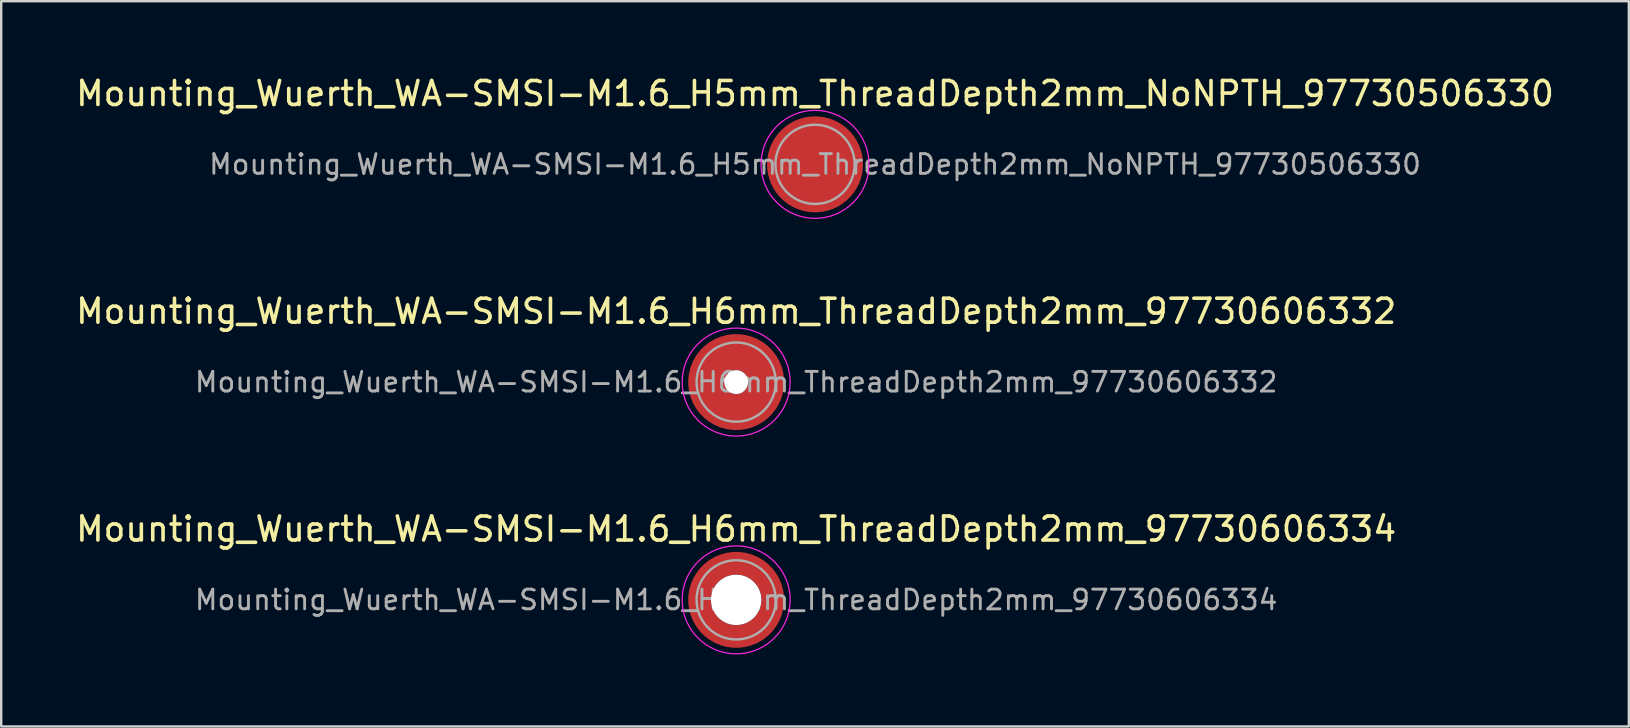
<source format=kicad_pcb>
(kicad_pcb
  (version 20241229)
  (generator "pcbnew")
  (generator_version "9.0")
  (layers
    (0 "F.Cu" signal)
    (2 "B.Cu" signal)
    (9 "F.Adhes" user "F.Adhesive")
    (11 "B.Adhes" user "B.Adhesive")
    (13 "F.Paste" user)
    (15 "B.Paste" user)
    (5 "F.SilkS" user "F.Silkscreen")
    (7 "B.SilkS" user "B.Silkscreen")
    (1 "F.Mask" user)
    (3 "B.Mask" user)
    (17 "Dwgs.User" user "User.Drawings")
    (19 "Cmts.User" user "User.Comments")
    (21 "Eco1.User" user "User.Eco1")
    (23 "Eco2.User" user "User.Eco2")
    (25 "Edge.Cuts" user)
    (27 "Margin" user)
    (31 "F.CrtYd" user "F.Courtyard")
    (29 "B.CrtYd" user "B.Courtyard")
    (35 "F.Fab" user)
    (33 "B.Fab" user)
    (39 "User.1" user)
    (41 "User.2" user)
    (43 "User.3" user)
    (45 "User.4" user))
  (footprint "Mounting_Wuerth_WA-SMSI-M1.6_H5mm_ThreadDepth2mm_NoNPTH_97730506330"
    (layer "F.Cu")
    (at 30.911 3.798)
    (property "Reference" "Mounting_Wuerth_WA-SMSI-M1.6_H5mm_ThreadDepth2mm_NoNPTH_97730506330" (at 0 -2.95 0) (layer "F.SilkS") (effects (font (size 1 1) (thickness 0.15))))
    (attr smd)
    (fp_circle (center 0 0) (end 2.25 0) (stroke (width 0.05) (type solid)) (fill no) (layer "F.CrtYd"))
    (fp_circle (center 0 0) (end 1.65 0) (stroke (width 0.1) (type solid)) (fill no) (layer "F.Fab"))
    (fp_text user "${REFERENCE}" (at 0 0 0) (layer "F.Fab") (effects (font (size 0.82 0.82) (thickness 0.12))))
    (pad "" smd custom (at -0.778 -0.778) (size 1.2 1.2) (layers "F.Paste") (options (anchor circle)) (primitives (gr_arc (start 0.465568 0.527817) (mid 0.494892 0.495068) (end 0.527634 0.465735) (width 0.2)) (gr_arc (start 0.344805 0.527817) (mid 0.424264 0.424263) (end 0.527818 0.344805) (width 0.2)) (gr_arc (start 0.232382 0.527817) (mid 0.353364 0.353743) (end 0.527329 0.232606) (width 0.2)) (gr_arc (start 0.123983 0.527817) (mid 0.282626 0.28306) (end 0.527243 0.124203) (width 0.2)) (gr_arc (start 0.017883 0.527817) (mid 0.211737 0.212528) (end 0.526755 0.018233) (width 0.2)) (gr_arc (start -0.086763 0.527817) (mid 0.141173 0.14167) (end 0.527142 -0.086568) (width 0.2)) (gr_arc (start -0.190428 0.527817) (mid 0.070433 0.070988) (end 0.527057 -0.190232) (width 0.2)) (gr_arc (start -0.293397 0.527817) (mid -0.000182 0.000182) (end 0.527315 -0.29328) (width 0.2)) (gr_arc (start -0.395852 0.527817) (mid -0.071085 -0.070336) (end 0.526781 -0.395631) (width 0.2)) (gr_arc (start -0.497918 0.527817) (mid -0.141622 -0.141221) (end 0.52726 -0.497809) (width 0.2)) (gr_arc (start -0.59968 0.527817) (mid -0.212364 -0.2119) (end 0.527171 -0.599563) (width 0.2)) (gr_arc (start -0.701202 0.527817) (mid -0.282952 -0.282732) (end 0.527511 -0.701149) (width 0.2)) (gr_arc (start -0.802531 0.527817) (mid -0.353765 -0.353343) (end 0.527227 -0.802438) (width 0.2)) (gr_arc (start -0.9037 0.527817) (mid -0.425176 -0.423352) (end 0.525265 -0.903319) (width 0.2)) (gr_arc (start -1.004737 0.527817) (mid -0.49534 -0.49461) (end 0.526794 -1.004593) (width 0.2)) (gr_line (start 0.528 0.466) (end 0.528 -1.005) (width 0.2)) (gr_line (start 0.466 0.528) (end -1.005 0.528) (width 0.2))))
    (pad "" smd custom (at -0.778 0.778) (size 1.2 1.2) (layers "F.Paste") (options (anchor circle)) (primitives (gr_arc (start 0.527817 -0.465568) (mid 0.495068 -0.494892) (end 0.465735 -0.527634) (width 0.2)) (gr_arc (start 0.527817 -0.344805) (mid 0.424263 -0.424264) (end 0.344805 -0.527818) (width 0.2)) (gr_arc (start 0.527817 -0.232382) (mid 0.353743 -0.353364) (end 0.232606 -0.527329) (width 0.2)) (gr_arc (start 0.527817 -0.123983) (mid 0.28306 -0.282626) (end 0.124203 -0.527243) (width 0.2)) (gr_arc (start 0.527817 -0.017883) (mid 0.212528 -0.211737) (end 0.018233 -0.526755) (width 0.2)) (gr_arc (start 0.527817 0.086763) (mid 0.14167 -0.141173) (end -0.086568 -0.527142) (width 0.2)) (gr_arc (start 0.527817 0.190428) (mid 0.070988 -0.070433) (end -0.190232 -0.527057) (width 0.2)) (gr_arc (start 0.527817 0.293397) (mid 0.000182 0.000182) (end -0.29328 -0.527315) (width 0.2)) (gr_arc (start 0.527817 0.395852) (mid -0.070336 0.071085) (end -0.395631 -0.526781) (width 0.2)) (gr_arc (start 0.527817 0.497918) (mid -0.141221 0.141622) (end -0.497809 -0.52726) (width 0.2)) (gr_arc (start 0.527817 0.59968) (mid -0.2119 0.212364) (end -0.599563 -0.527171) (width 0.2)) (gr_arc (start 0.527817 0.701202) (mid -0.282732 0.282952) (end -0.701149 -0.527511) (width 0.2)) (gr_arc (start 0.527817 0.802531) (mid -0.353343 0.353765) (end -0.802438 -0.527227) (width 0.2)) (gr_arc (start 0.527817 0.9037) (mid -0.423352 0.425176) (end -0.903319 -0.525265) (width 0.2)) (gr_arc (start 0.527817 1.004737) (mid -0.49461 0.49534) (end -1.004593 -0.526794) (width 0.2)) (gr_line (start 0.466 -0.528) (end -1.005 -0.528) (width 0.2)) (gr_line (start 0.528 -0.466) (end 0.528 1.005) (width 0.2))))
    (pad "" smd custom (at 0.778 -0.778) (size 1.2 1.2) (layers "F.Paste") (options (anchor circle)) (primitives (gr_arc (start -0.527817 0.465568) (mid -0.495062 0.494887) (end -0.465723 0.527624) (width 0.2)) (gr_arc (start -0.527817 0.344805) (mid -0.424264 0.424264) (end -0.344805 0.527818) (width 0.2)) (gr_arc (start -0.527817 0.232382) (mid -0.353743 0.353364) (end -0.232606 0.527329) (width 0.2)) (gr_arc (start -0.527817 0.123983) (mid -0.28306 0.282626) (end -0.124203 0.527243) (width 0.2)) (gr_arc (start -0.527817 0.017883) (mid -0.212527 0.211737) (end -0.018233 0.526755) (width 0.2)) (gr_arc (start -0.527817 -0.086763) (mid -0.14167 0.141173) (end 0.086568 0.527142) (width 0.2)) (gr_arc (start -0.527817 -0.190428) (mid -0.070988 0.070433) (end 0.190232 0.527057) (width 0.2)) (gr_arc (start -0.527817 -0.293397) (mid -0.000182 -0.000182) (end 0.29328 0.527315) (width 0.2)) (gr_arc (start -0.527817 -0.395852) (mid 0.070336 -0.071085) (end 0.395631 0.526781) (width 0.2)) (gr_arc (start -0.527817 -0.497918) (mid 0.141221 -0.141622) (end 0.497809 0.52726) (width 0.2)) (gr_arc (start -0.527817 -0.59968) (mid 0.2119 -0.212364) (end 0.599563 0.527171) (width 0.2)) (gr_arc (start -0.527817 -0.701202) (mid 0.282732 -0.282952) (end 0.701149 0.527511) (width 0.2)) (gr_arc (start -0.527817 -0.802531) (mid 0.353343 -0.353765) (end 0.802438 0.527227) (width 0.2)) (gr_arc (start -0.527817 -0.9037) (mid 0.423352 -0.425176) (end 0.903319 0.525265) (width 0.2)) (gr_arc (start -0.527817 -1.004737) (mid 0.49461 -0.49534) (end 1.004593 0.526794) (width 0.2)) (gr_line (start -0.466 0.528) (end 1.005 0.528) (width 0.2)) (gr_line (start -0.528 0.466) (end -0.528 -1.005) (width 0.2))))
    (pad "" smd custom (at 0.778 0.778) (size 1.2 1.2) (layers "F.Paste") (options (anchor circle)) (primitives (gr_arc (start -0.465568 -0.527817) (mid -0.494887 -0.495062) (end -0.527624 -0.465723) (width 0.2)) (gr_arc (start -0.344805 -0.527817) (mid -0.424264 -0.424264) (end -0.527818 -0.344805) (width 0.2)) (gr_arc (start -0.232382 -0.527817) (mid -0.353364 -0.353743) (end -0.527329 -0.232606) (width 0.2)) (gr_arc (start -0.123983 -0.527817) (mid -0.282626 -0.28306) (end -0.527243 -0.124203) (width 0.2)) (gr_arc (start -0.017883 -0.527817) (mid -0.211737 -0.212527) (end -0.526755 -0.018233) (width 0.2)) (gr_arc (start 0.086763 -0.527817) (mid -0.141173 -0.14167) (end -0.527142 0.086568) (width 0.2)) (gr_arc (start 0.190428 -0.527817) (mid -0.070433 -0.070988) (end -0.527057 0.190232) (width 0.2)) (gr_arc (start 0.293397 -0.527817) (mid 0.000182 -0.000182) (end -0.527315 0.29328) (width 0.2)) (gr_arc (start 0.395852 -0.527817) (mid 0.071085 0.070336) (end -0.526781 0.395631) (width 0.2)) (gr_arc (start 0.497918 -0.527817) (mid 0.141622 0.141221) (end -0.52726 0.497809) (width 0.2)) (gr_arc (start 0.59968 -0.527817) (mid 0.212364 0.2119) (end -0.527171 0.599563) (width 0.2)) (gr_arc (start 0.701202 -0.527817) (mid 0.282952 0.282732) (end -0.527511 0.701149) (width 0.2)) (gr_arc (start 0.802531 -0.527817) (mid 0.353765 0.353343) (end -0.527227 0.802438) (width 0.2)) (gr_arc (start 0.9037 -0.527817) (mid 0.425176 0.423352) (end -0.525265 0.903319) (width 0.2)) (gr_arc (start 1.004737 -0.527817) (mid 0.49534 0.49461) (end -0.526794 1.004593) (width 0.2)) (gr_line (start -0.528 -0.466) (end -0.528 1.005) (width 0.2)) (gr_line (start -0.466 -0.528) (end 1.005 -0.528) (width 0.2))))
    (pad "1" smd circle (at 0 0) (size 4 4) (layers "F.Cu" "F.Mask")))
  (footprint "Mounting_Wuerth_WA-SMSI-M1.6_H6mm_ThreadDepth2mm_97730606332"
    (layer "F.Cu")
    (at 27.625 12.871)
    (property "Reference" "Mounting_Wuerth_WA-SMSI-M1.6_H6mm_ThreadDepth2mm_97730606332" (at 0 -2.95 0) (layer "F.SilkS") (effects (font (size 1 1) (thickness 0.15))))
    (attr smd)
    (fp_circle (center 0 0) (end 2.25 0) (stroke (width 0.05) (type solid)) (fill no) (layer "F.CrtYd"))
    (fp_circle (center 0 0) (end 1.65 0) (stroke (width 0.1) (type solid)) (fill no) (layer "F.Fab"))
    (fp_text user "${REFERENCE}" (at 0 0 0) (layer "F.Fab") (effects (font (size 0.82 0.82) (thickness 0.12))))
    (pad "" smd custom (at 0 -1.25) (size 0.9 0.9) (layers "F.Paste") (options (anchor circle)) (primitives (gr_arc (start -0.259808 0.6) (mid -0.00045 0.55) (end 0.258972 0.599667) (width 0.2)) (gr_arc (start -0.466369 0.6) (mid -0.000127 0.45) (end 0.466163 0.599852) (width 0.2)) (gr_arc (start -0.622495 0.6) (mid -0.000185 0.35) (end 0.622228 0.599745) (width 0.2)) (gr_arc (start -0.759934 0.6) (mid -0.000146 0.25) (end 0.759744 0.599777) (width 0.2)) (gr_arc (start -0.887412 0.6) (mid -0.000546 0.15) (end 0.886766 0.599119) (width 0.2)) (gr_arc (start -1.008712 0.6) (mid -0.000059 0.05) (end 1.008648 0.5999) (width 0.2)) (gr_arc (start -1.125833 0.6) (mid -0.001134 -0.049999) (end 1.124697 0.598036) (width 0.2)) (gr_arc (start -1.23996 0.6) (mid -0.00088 -0.15) (end 1.239142 0.598442) (width 0.2)) (gr_arc (start -1.351851 0.6) (mid -0.000542 -0.25) (end 1.351381 0.599023) (width 0.2)) (gr_arc (start -1.462019 0.6) (mid -0.000852 -0.35) (end 1.461326 0.598443) (width 0.2)) (gr_arc (start -1.570828 0.6) (mid -0.000608 -0.45) (end 1.570363 0.598876) (width 0.2)) (gr_arc (start -1.678541 0.6) (mid -0.000991 -0.55) (end 1.677824 0.598152) (width 0.2)) (gr_line (start 0.26 0.6) (end 1.679 0.6) (width 0.2)) (gr_line (start -0.26 0.6) (end -1.679 0.6) (width 0.2))))
    (pad "" np_thru_hole circle (at 0 0) (size 1 1) (drill 1) (layers "*.Cu" "*.Mask"))
    (pad "" smd custom (at 0 1.25) (size 0.9 0.9) (layers "F.Paste") (options (anchor circle)) (primitives (gr_arc (start 0.259808 -0.6) (mid 0.00045 -0.55) (end -0.258972 -0.599667) (width 0.2)) (gr_arc (start 0.466369 -0.6) (mid 0.000127 -0.45) (end -0.466163 -0.599852) (width 0.2)) (gr_arc (start 0.622495 -0.6) (mid 0.000185 -0.35) (end -0.622228 -0.599745) (width 0.2)) (gr_arc (start 0.759934 -0.6) (mid 0.000146 -0.25) (end -0.759744 -0.599777) (width 0.2)) (gr_arc (start 0.887412 -0.6) (mid 0.000546 -0.15) (end -0.886766 -0.599119) (width 0.2)) (gr_arc (start 1.008712 -0.6) (mid 0.000059 -0.05) (end -1.008648 -0.5999) (width 0.2)) (gr_arc (start 1.125833 -0.6) (mid 0.001134 0.049999) (end -1.124697 -0.598036) (width 0.2)) (gr_arc (start 1.23996 -0.6) (mid 0.00088 0.15) (end -1.239142 -0.598442) (width 0.2)) (gr_arc (start 1.351851 -0.6) (mid 0.000542 0.25) (end -1.351381 -0.599023) (width 0.2)) (gr_arc (start 1.462019 -0.6) (mid 0.000852 0.35) (end -1.461326 -0.598443) (width 0.2)) (gr_arc (start 1.570828 -0.6) (mid 0.000608 0.449999) (end -1.570363 -0.598876) (width 0.2)) (gr_arc (start 1.678541 -0.6) (mid 0.000991 0.55) (end -1.677824 -0.598152) (width 0.2)) (gr_line (start -0.26 -0.6) (end -1.679 -0.6) (width 0.2)) (gr_line (start 0.26 -0.6) (end 1.679 -0.6) (width 0.2))))
    (pad "1" smd circle (at -1.25 0) (size 1.1 1.1) (layers "F.Cu"))
    (pad "1" smd circle (at 0 -1.25) (size 1.1 1.1) (layers "F.Cu"))
    (pad "1" smd circle (at 0 1.25) (size 1.1 1.1) (layers "F.Cu"))
    (pad "1" smd custom (at 1.25 0) (size 1.1 1.1) (layers "F.Cu" "F.Mask") (options (anchor circle)) (primitives (gr_circle (center -1.25 0) (end 0 0) (width 1.5) (fill no)))))
  (footprint "Mounting_Wuerth_WA-SMSI-M1.6_H6mm_ThreadDepth2mm_97730606334"
    (layer "F.Cu")
    (at 27.625 21.945)
    (property "Reference" "Mounting_Wuerth_WA-SMSI-M1.6_H6mm_ThreadDepth2mm_97730606334" (at 0 -2.95 0) (layer "F.SilkS") (effects (font (size 1 1) (thickness 0.15))))
    (attr smd)
    (fp_circle (center 0 0) (end 2.25 0) (stroke (width 0.05) (type solid)) (fill no) (layer "F.CrtYd"))
    (fp_circle (center 0 0) (end 1.65 0) (stroke (width 0.1) (type solid)) (fill no) (layer "F.Fab"))
    (fp_text user "${REFERENCE}" (at 0 0 0) (layer "F.Fab") (effects (font (size 0.82 0.82) (thickness 0.12))))
    (pad "" smd custom (at -1.061 -1.061) (size 0.4 0.4) (layers "F.Paste") (options (anchor circle)) (primitives (gr_arc (start -0.101235 0.76066) (mid 0.211799 0.212465) (end 0.759748 -0.100999) (width 0.2)) (gr_arc (start -0.204251 0.76066) (mid 0.141299 0.141544) (end 0.760323 -0.204171) (width 0.2)) (gr_arc (start -0.306819 0.76066) (mid 0.070255 0.071167) (end 0.759401 -0.306542) (width 0.2)) (gr_arc (start -0.409034 0.76066) (mid -0.000242 0.000241) (end 0.759991 -0.408897) (width 0.2)) (gr_arc (start -0.510963 0.76066) (mid -0.071561 -0.06986) (end 0.758297 -0.51051) (width 0.2)) (gr_arc (start -0.61266 0.76066) (mid -0.142171 -0.140671) (end 0.758572 -0.612284) (width 0.2)) (gr_arc (start -0.714164 0.76066) (mid -0.212264 -0.212) (end 0.760292 -0.714102) (width 0.2)) (gr_line (start 0.761 -0.101) (end 0.761 -0.714) (width 0.2)) (gr_line (start -0.101 0.761) (end -0.714 0.761) (width 0.2))))
    (pad "" smd custom (at -1.061 1.061) (size 0.4 0.4) (layers "F.Paste") (options (anchor circle)) (primitives (gr_arc (start 0.76066 0.101235) (mid 0.212465 -0.211799) (end -0.100999 -0.759748) (width 0.2)) (gr_arc (start 0.76066 0.204251) (mid 0.141544 -0.141299) (end -0.204171 -0.760323) (width 0.2)) (gr_arc (start 0.76066 0.306819) (mid 0.071167 -0.070255) (end -0.306542 -0.759401) (width 0.2)) (gr_arc (start 0.76066 0.409034) (mid 0.000241 0.000242) (end -0.408897 -0.759991) (width 0.2)) (gr_arc (start 0.76066 0.510963) (mid -0.06986 0.071561) (end -0.51051 -0.758297) (width 0.2)) (gr_arc (start 0.76066 0.61266) (mid -0.140671 0.142171) (end -0.612284 -0.758572) (width 0.2)) (gr_arc (start 0.76066 0.714164) (mid -0.212 0.212264) (end -0.714102 -0.760292) (width 0.2)) (gr_line (start -0.101 -0.761) (end -0.714 -0.761) (width 0.2)) (gr_line (start 0.761 0.101) (end 0.761 0.714) (width 0.2))))
    (pad "" np_thru_hole circle (at 0 0) (size 2.1 2.1) (drill 2.1) (layers "*.Cu" "*.Mask"))
    (pad "" smd custom (at 1.061 -1.061) (size 0.4 0.4) (layers "F.Paste") (options (anchor circle)) (primitives (gr_arc (start -0.76066 -0.101235) (mid -0.212465 0.211799) (end 0.100999 0.759748) (width 0.2)) (gr_arc (start -0.76066 -0.204251) (mid -0.141544 0.141299) (end 0.204171 0.760323) (width 0.2)) (gr_arc (start -0.76066 -0.306819) (mid -0.071167 0.070255) (end 0.306542 0.759401) (width 0.2)) (gr_arc (start -0.76066 -0.409034) (mid -0.000241 -0.000242) (end 0.408897 0.759991) (width 0.2)) (gr_arc (start -0.76066 -0.510963) (mid 0.069859 -0.071561) (end 0.510509 0.758297) (width 0.2)) (gr_arc (start -0.76066 -0.61266) (mid 0.140671 -0.142171) (end 0.612284 0.758572) (width 0.2)) (gr_arc (start -0.76066 -0.714164) (mid 0.212 -0.212264) (end 0.714102 0.760292) (width 0.2)) (gr_line (start 0.101 0.761) (end 0.714 0.761) (width 0.2)) (gr_line (start -0.761 -0.101) (end -0.761 -0.714) (width 0.2))))
    (pad "" smd custom (at 1.061 1.061) (size 0.4 0.4) (layers "F.Paste") (options (anchor circle)) (primitives (gr_arc (start 0.101235 -0.76066) (mid -0.211799 -0.212465) (end -0.759748 0.100999) (width 0.2)) (gr_arc (start 0.204251 -0.76066) (mid -0.141299 -0.141544) (end -0.760323 0.204171) (width 0.2)) (gr_arc (start 0.306819 -0.76066) (mid -0.070255 -0.071167) (end -0.759401 0.306542) (width 0.2)) (gr_arc (start 0.409034 -0.76066) (mid 0.000242 -0.000241) (end -0.759991 0.408897) (width 0.2)) (gr_arc (start 0.510963 -0.76066) (mid 0.071561 0.069859) (end -0.758297 0.510509) (width 0.2)) (gr_arc (start 0.61266 -0.76066) (mid 0.142171 0.140671) (end -0.758572 0.612284) (width 0.2)) (gr_arc (start 0.714164 -0.76066) (mid 0.212264 0.212) (end -0.760292 0.714102) (width 0.2)) (gr_line (start -0.761 0.101) (end -0.761 0.714) (width 0.2)) (gr_line (start 0.101 -0.761) (end 0.714 -0.761) (width 0.2))))
    (pad "1" smd circle (at -1.525 0) (size 0.55 0.55) (layers "F.Cu"))
    (pad "1" smd circle (at 0 -1.525) (size 0.55 0.55) (layers "F.Cu"))
    (pad "1" smd circle (at 0 1.525) (size 0.55 0.55) (layers "F.Cu"))
    (pad "1" smd custom (at 1.525 0) (size 0.55 0.55) (layers "F.Cu" "F.Mask") (options (anchor circle)) (primitives (gr_circle (center -1.525 0) (end 0 0) (width 0.95) (fill no)))))
  (gr_rect
    (start -3 -3)
    (end 64.821 27.22)
    (stroke (width 0.1) (type default))
    (fill no)
    (layer "Edge.Cuts")))
</source>
